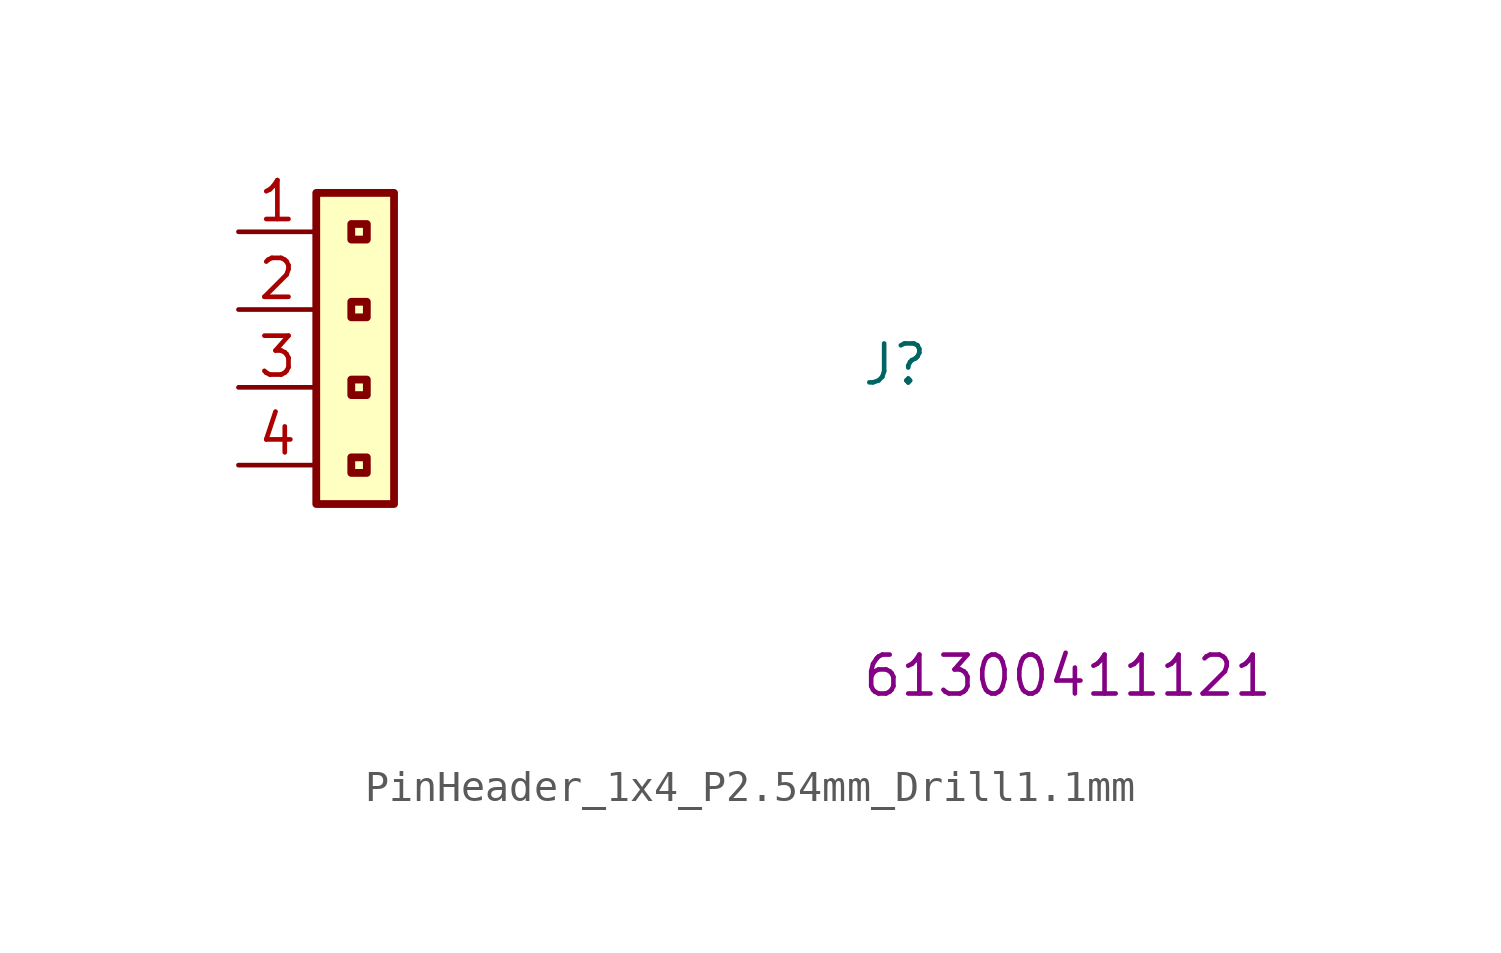
<source format=kicad_sym>
(kicad_symbol_lib
  (version 20220914)
  (generator kicad_symbol_editor)
  (symbol "PinHeader_1x4_P2.54mm_Drill1.1mm"
    (property "Reference" "J"
      (at 20.32 -5.08 0)
      (effects (font (size 1.27 1.27) (thickness 0.15)) (justify left bottom)))
    (property "MPN" "61300411121"
      (at 20.32 -15.24 0)
      (effects (font (size 1.27 1.27) (thickness 0.15)) (justify left bottom)))
    (symbol "PinHeader_1x4_P2.54mm_Drill1.1mm_1_1"
      (rectangle (start 4.191 -7.874) (end 3.683 -7.366) (stroke (width 0.254) (type default)) (fill (type none)))
      (rectangle (start 4.191 -5.334) (end 3.683 -4.826) (stroke (width 0.254) (type default)) (fill (type none)))
      (rectangle (start 4.191 -2.794) (end 3.683 -2.286) (stroke (width 0.254) (type default)) (fill (type none)))
      (rectangle (start 4.191 -0.254) (end 3.683 0.254) (stroke (width 0.254) (type default)) (fill (type none)))
      (rectangle (start 5.08 -8.89) (end 2.54 1.27) (stroke (width 0.254) (type default)) (fill (type background)))
      (pin passive line (at 0 0 0) (length 2.54) (name "~" (effects (font (size 1.27 1.27)))) (number "1" (effects (font (size 1.27 1.27)))))
      (pin passive line (at 0 -2.54 0) (length 2.54) (name "~" (effects (font (size 1.27 1.27)))) (number "2" (effects (font (size 1.27 1.27)))))
      (pin passive line (at 0 -5.08 0) (length 2.54) (name "~" (effects (font (size 1.27 1.27)))) (number "3" (effects (font (size 1.27 1.27)))))
      (pin passive line (at 0 -7.62 0) (length 2.54) (name "~" (effects (font (size 1.27 1.27)))) (number "4" (effects (font (size 1.27 1.27))))))))
</source>
